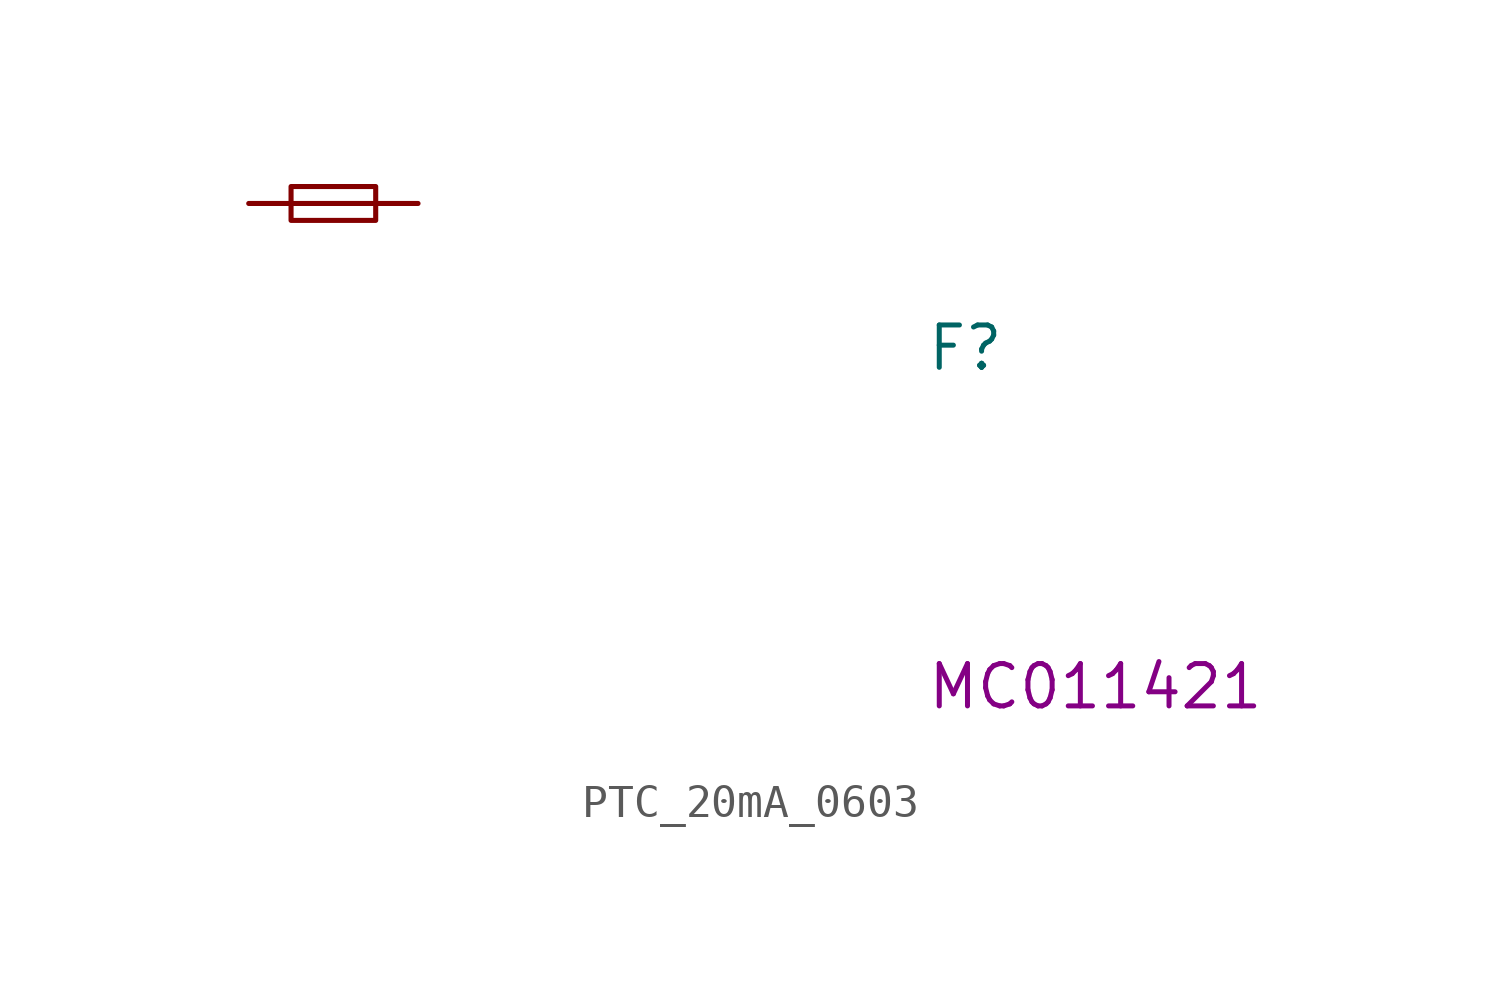
<source format=kicad_sym>
(kicad_symbol_lib
  (version 20220914)
  (generator kicad_symbol_editor)
  (symbol "PTC_20mA_0603"
    (pin_numbers hide)
    (pin_names
      (offset 1.016) hide)
    (property "Reference" "F"
      (at 20.32 -5.08 0)
      (effects (font (size 1.27 1.27) (thickness 0.15)) (justify left bottom)))
    (property "MPN" "MC011421"
      (at 20.32 -15.24 0)
      (effects (font (size 1.27 1.27) (thickness 0.15)) (justify left bottom)))
    (symbol "PTC_20mA_0603_0_1"
      (polyline (pts (xy 1.27 0) (xy 3.81 0)) (stroke (width 0) (type default)) (fill (type none)))
      (rectangle (start 1.27 0.508) (end 3.81 -0.508) (stroke (width 0) (type default)) (fill (type none))))
    (symbol "PTC_20mA_0603_1_1"
      (pin passive line (at 0 0 0) (length 1.27) (name "~" (effects (font (size 1.27 1.27)))) (number "1" (effects (font (size 1.27 1.27)))))
      (pin passive line (at 5.08 0 180) (length 1.27) (name "~" (effects (font (size 1.27 1.27)))) (number "2" (effects (font (size 1.27 1.27))))))))
</source>
